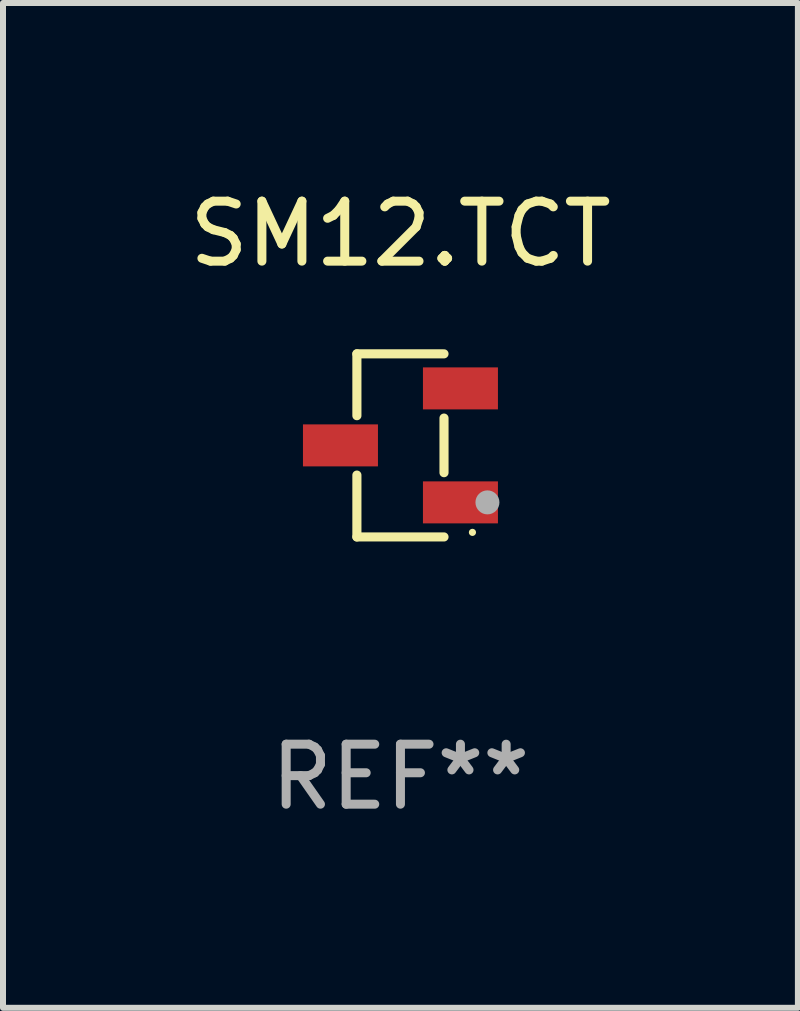
<source format=kicad_pcb>
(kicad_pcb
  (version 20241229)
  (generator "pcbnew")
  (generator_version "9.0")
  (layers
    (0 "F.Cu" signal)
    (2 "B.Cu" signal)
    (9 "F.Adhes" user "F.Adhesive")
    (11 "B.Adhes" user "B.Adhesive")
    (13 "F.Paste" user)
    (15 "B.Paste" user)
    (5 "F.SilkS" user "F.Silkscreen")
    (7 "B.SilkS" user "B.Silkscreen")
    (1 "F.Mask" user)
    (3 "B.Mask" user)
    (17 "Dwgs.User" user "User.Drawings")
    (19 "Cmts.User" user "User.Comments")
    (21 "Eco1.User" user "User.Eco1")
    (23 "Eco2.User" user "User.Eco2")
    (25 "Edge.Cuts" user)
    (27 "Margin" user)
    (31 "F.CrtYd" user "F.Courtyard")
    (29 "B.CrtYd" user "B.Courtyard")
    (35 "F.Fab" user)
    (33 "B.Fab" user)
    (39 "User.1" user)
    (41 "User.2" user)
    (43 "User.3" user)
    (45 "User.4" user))
  (footprint "SM12.TCT"
    (layer "F.Cu")
    (at 3.625 4.374)
    (property "Reference" "SM12.TCT" (at 0 -3.526 0) (layer "F.SilkS") (effects (font (size 1 1) (thickness 0.15))))
    (attr through_hole)
    (fp_line (start -0.726 -1.526) (end -0.726 -0.495) (stroke (width 0.152) (type solid)) (layer "F.SilkS"))
    (fp_line (start -0.726 1.526) (end -0.726 0.495) (stroke (width 0.152) (type solid)) (layer "F.SilkS"))
    (fp_line (start 0.726 -1.526) (end -0.726 -1.526) (stroke (width 0.152) (type solid)) (layer "F.SilkS"))
    (fp_line (start 0.726 -0.455) (end 0.726 0.455) (stroke (width 0.152) (type solid)) (layer "F.SilkS"))
    (fp_line (start 0.726 1.526) (end -0.726 1.526) (stroke (width 0.152) (type solid)) (layer "F.SilkS"))
    (fp_circle (center 1.2 1.45) (end 1.23 1.45) (stroke (width 0.06) (type solid)) (fill no) (layer "F.SilkS"))
    (fp_circle (center 1.45 0.95) (end 1.55 0.95) (stroke (width 0.2) (type solid)) (fill no) (layer "F.Fab"))
    (fp_text user "REF**" (at 0 5.526 0) (layer "F.Fab") (effects (font (size 1 1) (thickness 0.15))))
    (pad "1" smd rect (at 1 0.95) (size 1.25 0.7) (layers "F.Cu" "F.Mask" "F.Paste"))
    (pad "2" smd rect (at 1 -0.95) (size 1.25 0.7) (layers "F.Cu" "F.Mask" "F.Paste"))
    (pad "3" smd rect (at -1 0) (size 1.25 0.7) (layers "F.Cu" "F.Mask" "F.Paste")))
  (gr_rect
    (start -3 -3)
    (end 10.25 13.749)
    (stroke (width 0.1) (type default))
    (fill no)
    (layer "Edge.Cuts")))
</source>
